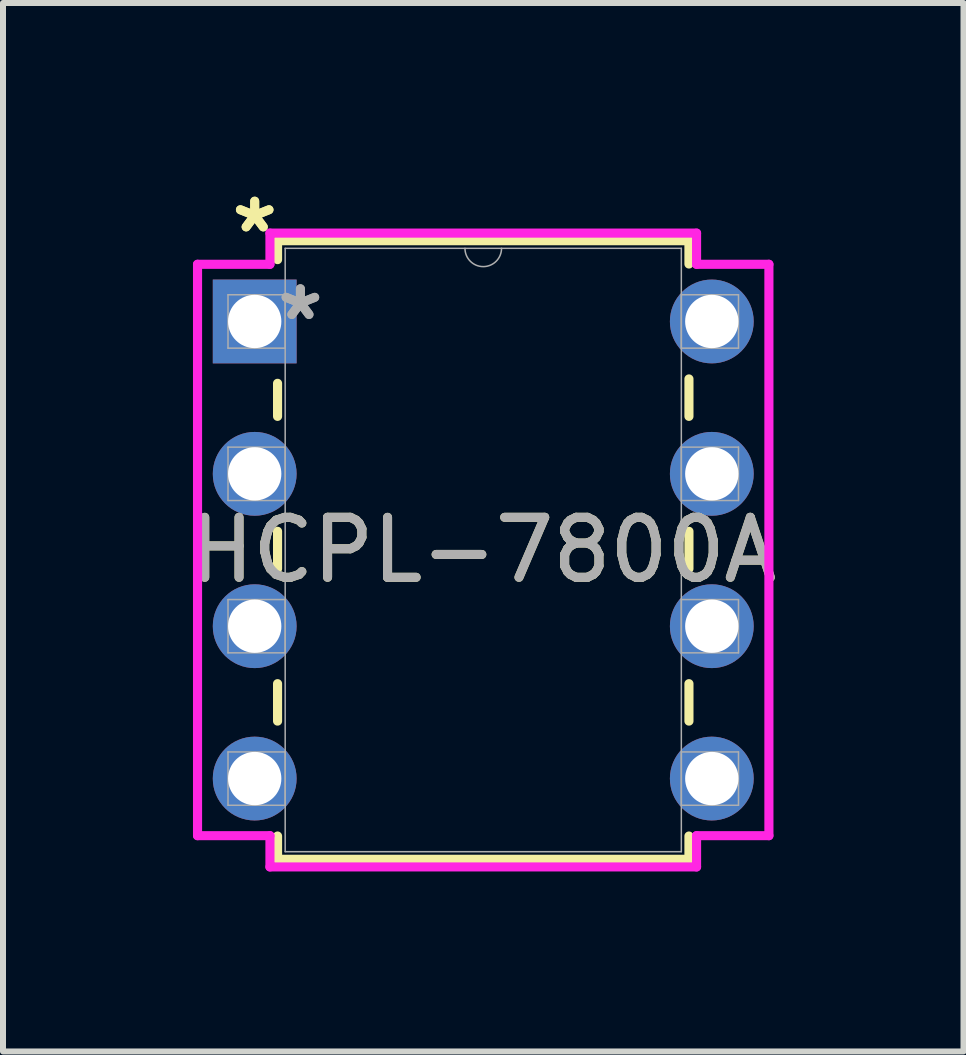
<source format=kicad_pcb>
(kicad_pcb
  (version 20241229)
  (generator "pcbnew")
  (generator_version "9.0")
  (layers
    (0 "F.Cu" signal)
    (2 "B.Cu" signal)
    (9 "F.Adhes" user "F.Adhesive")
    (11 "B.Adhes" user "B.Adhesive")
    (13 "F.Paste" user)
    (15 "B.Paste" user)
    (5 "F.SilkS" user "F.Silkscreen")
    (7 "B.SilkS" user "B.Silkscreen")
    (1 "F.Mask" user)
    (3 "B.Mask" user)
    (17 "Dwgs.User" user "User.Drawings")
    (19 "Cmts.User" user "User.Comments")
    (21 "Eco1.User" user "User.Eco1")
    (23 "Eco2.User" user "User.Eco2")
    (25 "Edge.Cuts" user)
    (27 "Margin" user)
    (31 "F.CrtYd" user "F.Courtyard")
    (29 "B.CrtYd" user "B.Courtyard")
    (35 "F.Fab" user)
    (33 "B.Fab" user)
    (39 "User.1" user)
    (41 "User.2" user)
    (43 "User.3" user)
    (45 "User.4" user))
  (footprint "HCPL-7800A"
    (layer "F.Cu")
    (at 1.196 2.309)
    (property "Reference" "HCPL-7800A" (at 3.81 3.81 0) (unlocked yes) (layer "F.SilkS") (effects (font (size 1 1) (thickness 0.15))))
    (attr through_hole)
    (fp_line (start 0.381 -1.346) (end 0.381 -1.031) (stroke (width 0.152) (type solid)) (layer "F.SilkS"))
    (fp_line (start 0.381 1.031) (end 0.381 1.582) (stroke (width 0.152) (type solid)) (layer "F.SilkS"))
    (fp_line (start 0.381 3.498) (end 0.381 4.122) (stroke (width 0.152) (type solid)) (layer "F.SilkS"))
    (fp_line (start 0.381 6.038) (end 0.381 6.662) (stroke (width 0.152) (type solid)) (layer "F.SilkS"))
    (fp_line (start 0.381 8.578) (end 0.381 8.966) (stroke (width 0.152) (type solid)) (layer "F.SilkS"))
    (fp_line (start 0.381 8.966) (end 7.239 8.966) (stroke (width 0.152) (type solid)) (layer "F.SilkS"))
    (fp_line (start 7.239 -1.346) (end 0.381 -1.346) (stroke (width 0.152) (type solid)) (layer "F.SilkS"))
    (fp_line (start 7.239 -0.958) (end 7.239 -1.346) (stroke (width 0.152) (type solid)) (layer "F.SilkS"))
    (fp_line (start 7.239 1.582) (end 7.239 0.958) (stroke (width 0.152) (type solid)) (layer "F.SilkS"))
    (fp_line (start 7.239 4.122) (end 7.239 3.498) (stroke (width 0.152) (type solid)) (layer "F.SilkS"))
    (fp_line (start 7.239 6.662) (end 7.239 6.038) (stroke (width 0.152) (type solid)) (layer "F.SilkS"))
    (fp_line (start 7.239 8.966) (end 7.239 8.578) (stroke (width 0.152) (type solid)) (layer "F.SilkS"))
    (fp_line (start -0.953 -0.953) (end 0.254 -0.953) (stroke (width 0.152) (type solid)) (layer "F.CrtYd"))
    (fp_line (start -0.953 8.572) (end -0.953 -0.953) (stroke (width 0.152) (type solid)) (layer "F.CrtYd"))
    (fp_line (start 0.254 -1.473) (end 7.366 -1.473) (stroke (width 0.152) (type solid)) (layer "F.CrtYd"))
    (fp_line (start 0.254 -0.953) (end 0.254 -1.473) (stroke (width 0.152) (type solid)) (layer "F.CrtYd"))
    (fp_line (start 0.254 8.572) (end -0.953 8.572) (stroke (width 0.152) (type solid)) (layer "F.CrtYd"))
    (fp_line (start 0.254 9.093) (end 0.254 8.572) (stroke (width 0.152) (type solid)) (layer "F.CrtYd"))
    (fp_line (start 7.366 -1.473) (end 7.366 -0.953) (stroke (width 0.152) (type solid)) (layer "F.CrtYd"))
    (fp_line (start 7.366 8.572) (end 7.366 9.093) (stroke (width 0.152) (type solid)) (layer "F.CrtYd"))
    (fp_line (start 7.366 9.093) (end 0.254 9.093) (stroke (width 0.152) (type solid)) (layer "F.CrtYd"))
    (fp_line (start 8.572 -0.953) (end 7.366 -0.953) (stroke (width 0.152) (type solid)) (layer "F.CrtYd"))
    (fp_line (start 8.572 -0.953) (end 8.572 8.572) (stroke (width 0.152) (type solid)) (layer "F.CrtYd"))
    (fp_line (start 8.572 8.572) (end 7.366 8.572) (stroke (width 0.152) (type solid)) (layer "F.CrtYd"))
    (fp_line (start -0.445 -0.445) (end -0.445 0.445) (stroke (width 0.025) (type solid)) (layer "F.Fab"))
    (fp_line (start -0.445 0.445) (end 0.508 0.445) (stroke (width 0.025) (type solid)) (layer "F.Fab"))
    (fp_line (start -0.445 2.095) (end -0.445 2.985) (stroke (width 0.025) (type solid)) (layer "F.Fab"))
    (fp_line (start -0.445 2.985) (end 0.508 2.985) (stroke (width 0.025) (type solid)) (layer "F.Fab"))
    (fp_line (start -0.445 4.636) (end -0.445 5.524) (stroke (width 0.025) (type solid)) (layer "F.Fab"))
    (fp_line (start -0.445 5.524) (end 0.508 5.524) (stroke (width 0.025) (type solid)) (layer "F.Fab"))
    (fp_line (start -0.445 7.176) (end -0.445 8.065) (stroke (width 0.025) (type solid)) (layer "F.Fab"))
    (fp_line (start -0.445 8.065) (end 0.508 8.065) (stroke (width 0.025) (type solid)) (layer "F.Fab"))
    (fp_line (start 0.508 -1.219) (end 0.508 8.839) (stroke (width 0.025) (type solid)) (layer "F.Fab"))
    (fp_line (start 0.508 -0.445) (end -0.445 -0.445) (stroke (width 0.025) (type solid)) (layer "F.Fab"))
    (fp_line (start 0.508 0.445) (end 0.508 -0.445) (stroke (width 0.025) (type solid)) (layer "F.Fab"))
    (fp_line (start 0.508 2.095) (end -0.445 2.095) (stroke (width 0.025) (type solid)) (layer "F.Fab"))
    (fp_line (start 0.508 2.985) (end 0.508 2.095) (stroke (width 0.025) (type solid)) (layer "F.Fab"))
    (fp_line (start 0.508 4.636) (end -0.445 4.636) (stroke (width 0.025) (type solid)) (layer "F.Fab"))
    (fp_line (start 0.508 5.524) (end 0.508 4.636) (stroke (width 0.025) (type solid)) (layer "F.Fab"))
    (fp_line (start 0.508 7.176) (end -0.445 7.176) (stroke (width 0.025) (type solid)) (layer "F.Fab"))
    (fp_line (start 0.508 8.065) (end 0.508 7.176) (stroke (width 0.025) (type solid)) (layer "F.Fab"))
    (fp_line (start 0.508 8.839) (end 7.112 8.839) (stroke (width 0.025) (type solid)) (layer "F.Fab"))
    (fp_line (start 7.112 -1.219) (end 0.508 -1.219) (stroke (width 0.025) (type solid)) (layer "F.Fab"))
    (fp_line (start 7.112 -0.445) (end 7.112 0.445) (stroke (width 0.025) (type solid)) (layer "F.Fab"))
    (fp_line (start 7.112 0.445) (end 8.065 0.445) (stroke (width 0.025) (type solid)) (layer "F.Fab"))
    (fp_line (start 7.112 2.095) (end 7.112 2.985) (stroke (width 0.025) (type solid)) (layer "F.Fab"))
    (fp_line (start 7.112 2.985) (end 8.065 2.985) (stroke (width 0.025) (type solid)) (layer "F.Fab"))
    (fp_line (start 7.112 4.636) (end 7.112 5.524) (stroke (width 0.025) (type solid)) (layer "F.Fab"))
    (fp_line (start 7.112 5.524) (end 8.065 5.524) (stroke (width 0.025) (type solid)) (layer "F.Fab"))
    (fp_line (start 7.112 7.176) (end 7.112 8.065) (stroke (width 0.025) (type solid)) (layer "F.Fab"))
    (fp_line (start 7.112 8.065) (end 8.065 8.065) (stroke (width 0.025) (type solid)) (layer "F.Fab"))
    (fp_line (start 7.112 8.839) (end 7.112 -1.219) (stroke (width 0.025) (type solid)) (layer "F.Fab"))
    (fp_line (start 8.065 -0.445) (end 7.112 -0.445) (stroke (width 0.025) (type solid)) (layer "F.Fab"))
    (fp_line (start 8.065 0.445) (end 8.065 -0.445) (stroke (width 0.025) (type solid)) (layer "F.Fab"))
    (fp_line (start 8.065 2.095) (end 7.112 2.095) (stroke (width 0.025) (type solid)) (layer "F.Fab"))
    (fp_line (start 8.065 2.985) (end 8.065 2.095) (stroke (width 0.025) (type solid)) (layer "F.Fab"))
    (fp_line (start 8.065 4.636) (end 7.112 4.636) (stroke (width 0.025) (type solid)) (layer "F.Fab"))
    (fp_line (start 8.065 5.524) (end 8.065 4.636) (stroke (width 0.025) (type solid)) (layer "F.Fab"))
    (fp_line (start 8.065 7.176) (end 7.112 7.176) (stroke (width 0.025) (type solid)) (layer "F.Fab"))
    (fp_line (start 8.065 8.065) (end 8.065 7.176) (stroke (width 0.025) (type solid)) (layer "F.Fab"))
    (fp_arc (start 4.1148 -1.2192) (mid 3.81 -0.9144) (end 3.5052 -1.2192) (stroke (width 0.0254) (type solid)) (layer "F.Fab"))
    (fp_text user "*" (at 0 -1.46 0) (layer "F.SilkS") (effects (font (size 1 1) (thickness 0.15))))
    (fp_text user "*" (at 0 -1.46 0) (unlocked yes) (layer "F.SilkS") (effects (font (size 1 1) (thickness 0.15))))
    (fp_text user "${REFERENCE}" (at 3.81 3.81 0) (unlocked yes) (layer "F.Fab") (effects (font (size 1 1) (thickness 0.15))))
    (fp_text user "*" (at 0.762 0 0) (layer "F.Fab") (effects (font (size 1 1) (thickness 0.15))))
    (fp_text user "*" (at 0.762 0 0) (unlocked yes) (layer "F.Fab") (effects (font (size 1 1) (thickness 0.15))))
    (pad "1" thru_hole rect (at 0 0) (size 1.397 1.397) (drill 0.889) (layers "*.Cu" "*.Mask"))
    (pad "2" thru_hole circle (at 0 2.54) (size 1.397 1.397) (drill 0.889) (layers "*.Cu" "*.Mask"))
    (pad "3" thru_hole circle (at 0 5.08) (size 1.397 1.397) (drill 0.889) (layers "*.Cu" "*.Mask"))
    (pad "4" thru_hole circle (at 0 7.62) (size 1.397 1.397) (drill 0.889) (layers "*.Cu" "*.Mask"))
    (pad "5" thru_hole circle (at 7.62 7.62) (size 1.397 1.397) (drill 0.889) (layers "*.Cu" "*.Mask"))
    (pad "6" thru_hole circle (at 7.62 5.08) (size 1.397 1.397) (drill 0.889) (layers "*.Cu" "*.Mask"))
    (pad "7" thru_hole circle (at 7.62 2.54) (size 1.397 1.397) (drill 0.889) (layers "*.Cu" "*.Mask"))
    (pad "8" thru_hole circle (at 7.62 0) (size 1.397 1.397) (drill 0.889) (layers "*.Cu" "*.Mask")))
  (gr_rect
    (start -3 -3)
    (end 13.012 14.478)
    (stroke (width 0.1) (type default))
    (fill no)
    (layer "Edge.Cuts")))
</source>
